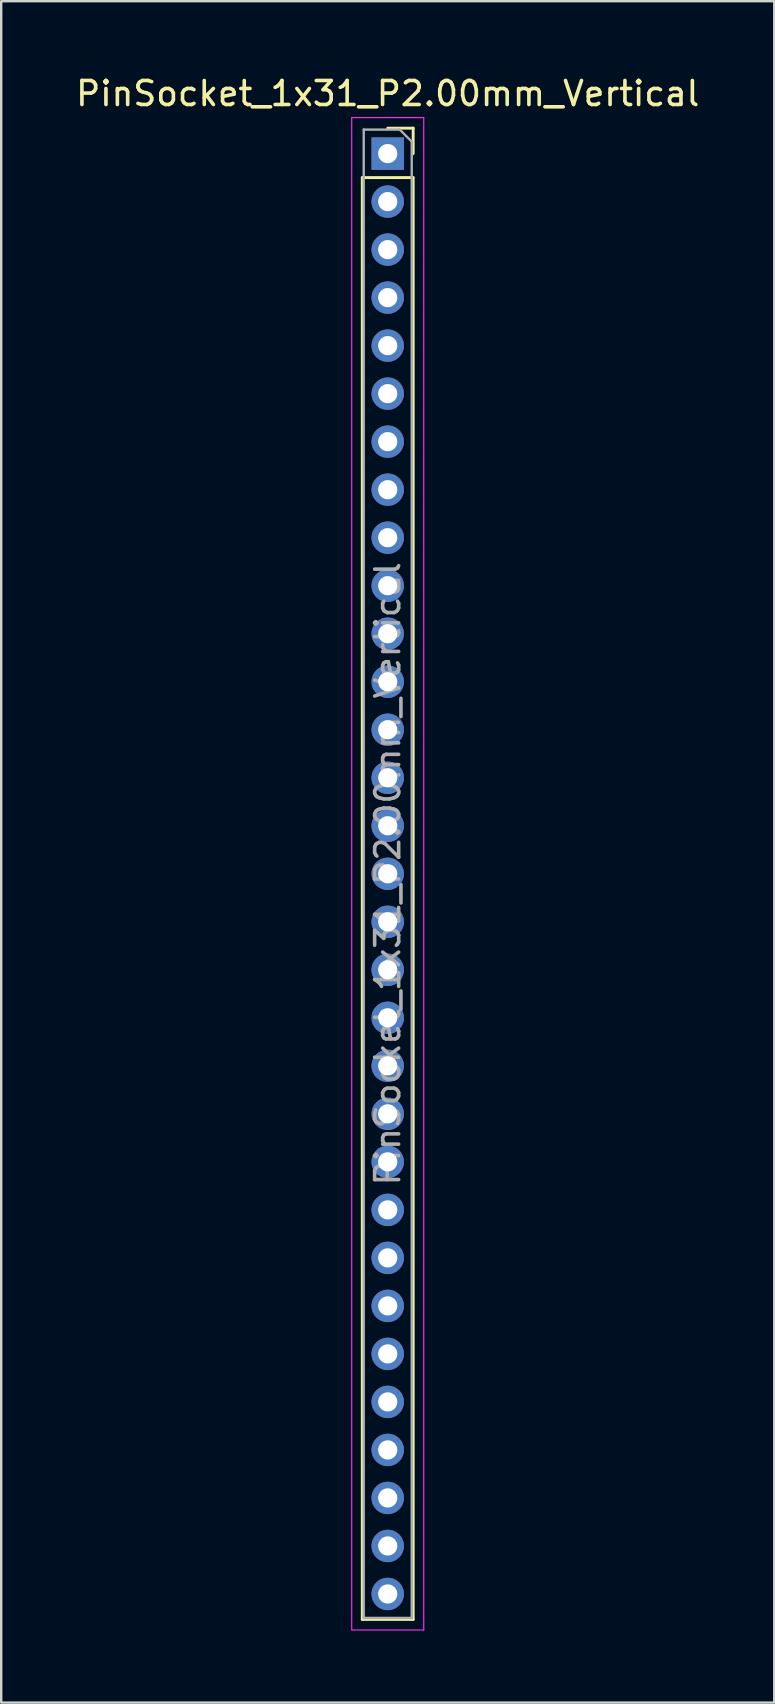
<source format=kicad_pcb>
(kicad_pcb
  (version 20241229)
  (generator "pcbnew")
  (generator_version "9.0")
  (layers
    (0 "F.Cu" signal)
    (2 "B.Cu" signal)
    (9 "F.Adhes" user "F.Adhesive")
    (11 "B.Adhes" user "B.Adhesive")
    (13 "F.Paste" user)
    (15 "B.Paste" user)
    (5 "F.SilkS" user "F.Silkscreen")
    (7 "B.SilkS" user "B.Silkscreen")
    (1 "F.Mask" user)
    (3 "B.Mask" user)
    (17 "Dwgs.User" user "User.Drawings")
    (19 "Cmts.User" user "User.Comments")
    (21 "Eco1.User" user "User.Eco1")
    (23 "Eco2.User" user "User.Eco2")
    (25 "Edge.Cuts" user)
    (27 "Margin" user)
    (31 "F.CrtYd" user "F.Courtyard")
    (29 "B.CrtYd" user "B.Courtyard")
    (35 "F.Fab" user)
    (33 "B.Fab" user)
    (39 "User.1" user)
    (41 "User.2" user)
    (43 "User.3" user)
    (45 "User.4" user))
  (footprint "PinSocket_1x31_P2.00mm_Vertical"
    (layer "F.Cu")
    (at 13.101 3.348)
    (property "Reference" "PinSocket_1x31_P2.00mm_Vertical" (at 0 -2.5 0) (layer "F.SilkS") (effects (font (size 1 1) (thickness 0.15))))
    (attr through_hole)
    (fp_line (start -1.06 1) (end -1.06 61.06) (stroke (width 0.12) (type solid)) (layer "F.SilkS"))
    (fp_line (start -1.06 1) (end 1.06 1) (stroke (width 0.12) (type solid)) (layer "F.SilkS"))
    (fp_line (start -1.06 61.06) (end 1.06 61.06) (stroke (width 0.12) (type solid)) (layer "F.SilkS"))
    (fp_line (start 0 -1.06) (end 1.06 -1.06) (stroke (width 0.12) (type solid)) (layer "F.SilkS"))
    (fp_line (start 1.06 -1.06) (end 1.06 0) (stroke (width 0.12) (type solid)) (layer "F.SilkS"))
    (fp_line (start 1.06 1) (end 1.06 61.06) (stroke (width 0.12) (type solid)) (layer "F.SilkS"))
    (fp_line (start -1.5 -1.5) (end 1.5 -1.5) (stroke (width 0.05) (type solid)) (layer "F.CrtYd"))
    (fp_line (start -1.5 61.5) (end -1.5 -1.5) (stroke (width 0.05) (type solid)) (layer "F.CrtYd"))
    (fp_line (start 1.5 -1.5) (end 1.5 61.5) (stroke (width 0.05) (type solid)) (layer "F.CrtYd"))
    (fp_line (start 1.5 61.5) (end -1.5 61.5) (stroke (width 0.05) (type solid)) (layer "F.CrtYd"))
    (fp_line (start -1 -1) (end 0.5 -1) (stroke (width 0.1) (type solid)) (layer "F.Fab"))
    (fp_line (start -1 61) (end -1 -1) (stroke (width 0.1) (type solid)) (layer "F.Fab"))
    (fp_line (start 0.5 -1) (end 1 -0.5) (stroke (width 0.1) (type solid)) (layer "F.Fab"))
    (fp_line (start 1 -0.5) (end 1 61) (stroke (width 0.1) (type solid)) (layer "F.Fab"))
    (fp_line (start 1 61) (end -1 61) (stroke (width 0.1) (type solid)) (layer "F.Fab"))
    (fp_text user "${REFERENCE}" (at 0 30 90) (layer "F.Fab") (effects (font (size 1 1) (thickness 0.15))))
    (pad "1" thru_hole rect (at 0 0) (size 1.35 1.35) (drill 0.8) (layers "*.Cu" "*.Mask"))
    (pad "2" thru_hole circle (at 0 2) (size 1.35 1.35) (drill 0.8) (layers "*.Cu" "*.Mask"))
    (pad "3" thru_hole circle (at 0 4) (size 1.35 1.35) (drill 0.8) (layers "*.Cu" "*.Mask"))
    (pad "4" thru_hole circle (at 0 6) (size 1.35 1.35) (drill 0.8) (layers "*.Cu" "*.Mask"))
    (pad "5" thru_hole circle (at 0 8) (size 1.35 1.35) (drill 0.8) (layers "*.Cu" "*.Mask"))
    (pad "6" thru_hole circle (at 0 10) (size 1.35 1.35) (drill 0.8) (layers "*.Cu" "*.Mask"))
    (pad "7" thru_hole circle (at 0 12) (size 1.35 1.35) (drill 0.8) (layers "*.Cu" "*.Mask"))
    (pad "8" thru_hole circle (at 0 14) (size 1.35 1.35) (drill 0.8) (layers "*.Cu" "*.Mask"))
    (pad "9" thru_hole circle (at 0 16) (size 1.35 1.35) (drill 0.8) (layers "*.Cu" "*.Mask"))
    (pad "10" thru_hole circle (at 0 18) (size 1.35 1.35) (drill 0.8) (layers "*.Cu" "*.Mask"))
    (pad "11" thru_hole circle (at 0 20) (size 1.35 1.35) (drill 0.8) (layers "*.Cu" "*.Mask"))
    (pad "12" thru_hole circle (at 0 22) (size 1.35 1.35) (drill 0.8) (layers "*.Cu" "*.Mask"))
    (pad "13" thru_hole circle (at 0 24) (size 1.35 1.35) (drill 0.8) (layers "*.Cu" "*.Mask"))
    (pad "14" thru_hole circle (at 0 26) (size 1.35 1.35) (drill 0.8) (layers "*.Cu" "*.Mask"))
    (pad "15" thru_hole circle (at 0 28) (size 1.35 1.35) (drill 0.8) (layers "*.Cu" "*.Mask"))
    (pad "16" thru_hole circle (at 0 30) (size 1.35 1.35) (drill 0.8) (layers "*.Cu" "*.Mask"))
    (pad "17" thru_hole circle (at 0 32) (size 1.35 1.35) (drill 0.8) (layers "*.Cu" "*.Mask"))
    (pad "18" thru_hole circle (at 0 34) (size 1.35 1.35) (drill 0.8) (layers "*.Cu" "*.Mask"))
    (pad "19" thru_hole circle (at 0 36) (size 1.35 1.35) (drill 0.8) (layers "*.Cu" "*.Mask"))
    (pad "20" thru_hole circle (at 0 38) (size 1.35 1.35) (drill 0.8) (layers "*.Cu" "*.Mask"))
    (pad "21" thru_hole circle (at 0 40) (size 1.35 1.35) (drill 0.8) (layers "*.Cu" "*.Mask"))
    (pad "22" thru_hole circle (at 0 42) (size 1.35 1.35) (drill 0.8) (layers "*.Cu" "*.Mask"))
    (pad "23" thru_hole circle (at 0 44) (size 1.35 1.35) (drill 0.8) (layers "*.Cu" "*.Mask"))
    (pad "24" thru_hole circle (at 0 46) (size 1.35 1.35) (drill 0.8) (layers "*.Cu" "*.Mask"))
    (pad "25" thru_hole circle (at 0 48) (size 1.35 1.35) (drill 0.8) (layers "*.Cu" "*.Mask"))
    (pad "26" thru_hole circle (at 0 50) (size 1.35 1.35) (drill 0.8) (layers "*.Cu" "*.Mask"))
    (pad "27" thru_hole circle (at 0 52) (size 1.35 1.35) (drill 0.8) (layers "*.Cu" "*.Mask"))
    (pad "28" thru_hole circle (at 0 54) (size 1.35 1.35) (drill 0.8) (layers "*.Cu" "*.Mask"))
    (pad "29" thru_hole circle (at 0 56) (size 1.35 1.35) (drill 0.8) (layers "*.Cu" "*.Mask"))
    (pad "30" thru_hole circle (at 0 58) (size 1.35 1.35) (drill 0.8) (layers "*.Cu" "*.Mask"))
    (pad "31" thru_hole circle (at 0 60) (size 1.35 1.35) (drill 0.8) (layers "*.Cu" "*.Mask")))
  (gr_rect
    (start -3 -3)
    (end 29.202 67.873)
    (stroke (width 0.1) (type default))
    (fill no)
    (layer "Edge.Cuts")))
</source>
